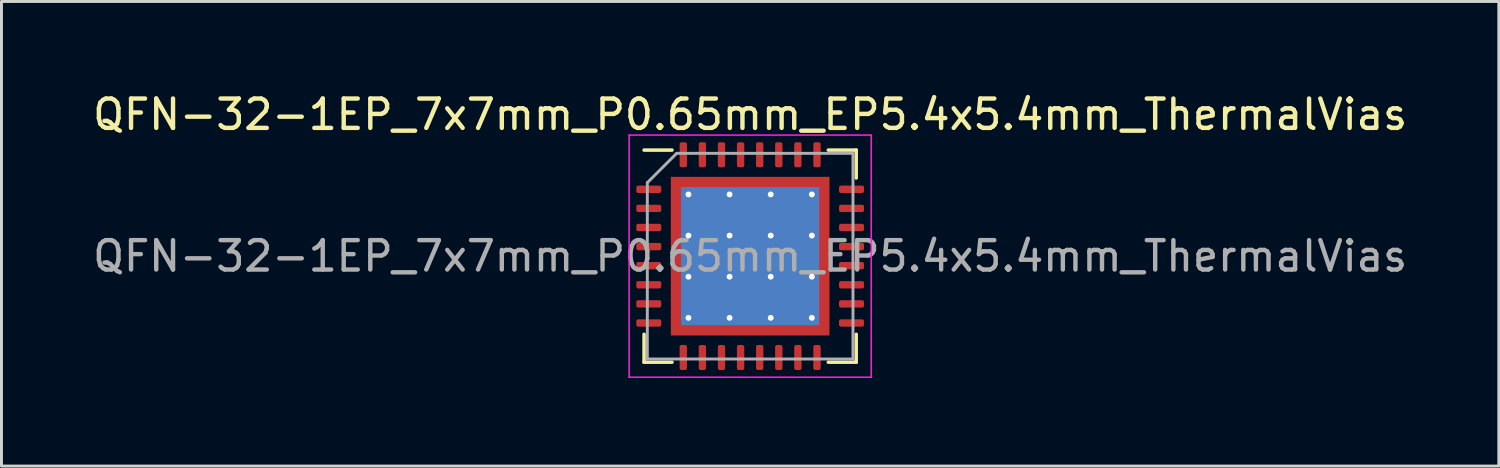
<source format=kicad_pcb>
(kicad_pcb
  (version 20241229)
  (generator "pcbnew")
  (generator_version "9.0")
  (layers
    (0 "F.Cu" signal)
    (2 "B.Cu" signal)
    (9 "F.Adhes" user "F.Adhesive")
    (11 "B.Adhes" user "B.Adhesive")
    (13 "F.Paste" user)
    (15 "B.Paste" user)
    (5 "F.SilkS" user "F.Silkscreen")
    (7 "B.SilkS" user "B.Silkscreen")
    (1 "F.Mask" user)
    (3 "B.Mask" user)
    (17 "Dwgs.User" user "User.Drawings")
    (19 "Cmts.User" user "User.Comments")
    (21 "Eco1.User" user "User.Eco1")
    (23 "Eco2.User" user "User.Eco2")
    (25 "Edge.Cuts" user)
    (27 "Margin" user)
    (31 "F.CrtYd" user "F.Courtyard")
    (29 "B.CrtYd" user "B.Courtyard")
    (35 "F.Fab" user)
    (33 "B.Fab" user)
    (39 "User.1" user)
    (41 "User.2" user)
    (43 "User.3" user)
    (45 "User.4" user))
  (footprint "QFN-32-1EP_7x7mm_P0.65mm_EP5.4x5.4mm_ThermalVias"
    (layer "F.Cu")
    (at 22.482 5.668)
    (property "Reference" "QFN-32-1EP_7x7mm_P0.65mm_EP5.4x5.4mm_ThermalVias" (at 0 -4.82 0) (layer "F.SilkS") (effects (font (size 1 1) (thickness 0.15))))
    (attr smd)
    (fp_line (start -3.61 3.61) (end -3.61 2.66) (stroke (width 0.12) (type solid)) (layer "F.SilkS"))
    (fp_line (start -2.66 -3.61) (end -3.61 -3.61) (stroke (width 0.12) (type solid)) (layer "F.SilkS"))
    (fp_line (start -2.66 3.61) (end -3.61 3.61) (stroke (width 0.12) (type solid)) (layer "F.SilkS"))
    (fp_line (start 2.66 -3.61) (end 3.61 -3.61) (stroke (width 0.12) (type solid)) (layer "F.SilkS"))
    (fp_line (start 2.66 3.61) (end 3.61 3.61) (stroke (width 0.12) (type solid)) (layer "F.SilkS"))
    (fp_line (start 3.61 -3.61) (end 3.61 -2.66) (stroke (width 0.12) (type solid)) (layer "F.SilkS"))
    (fp_line (start 3.61 3.61) (end 3.61 2.66) (stroke (width 0.12) (type solid)) (layer "F.SilkS"))
    (fp_line (start -4.12 -4.12) (end -4.12 4.12) (stroke (width 0.05) (type solid)) (layer "F.CrtYd"))
    (fp_line (start -4.12 4.12) (end 4.12 4.12) (stroke (width 0.05) (type solid)) (layer "F.CrtYd"))
    (fp_line (start 4.12 -4.12) (end -4.12 -4.12) (stroke (width 0.05) (type solid)) (layer "F.CrtYd"))
    (fp_line (start 4.12 4.12) (end 4.12 -4.12) (stroke (width 0.05) (type solid)) (layer "F.CrtYd"))
    (fp_line (start -3.5 -2.5) (end -2.5 -3.5) (stroke (width 0.1) (type solid)) (layer "F.Fab"))
    (fp_line (start -3.5 3.5) (end -3.5 -2.5) (stroke (width 0.1) (type solid)) (layer "F.Fab"))
    (fp_line (start -2.5 -3.5) (end 3.5 -3.5) (stroke (width 0.1) (type solid)) (layer "F.Fab"))
    (fp_line (start 3.5 -3.5) (end 3.5 3.5) (stroke (width 0.1) (type solid)) (layer "F.Fab"))
    (fp_line (start 3.5 3.5) (end -3.5 3.5) (stroke (width 0.1) (type solid)) (layer "F.Fab"))
    (fp_text user "${REFERENCE}" (at 0 0 0) (layer "F.Fab") (effects (font (size 1 1) (thickness 0.15))))
    (pad "" smd custom (at -2.4 -2.4) (size 0.366 0.366) (layers "F.Paste") (options (anchor circle)) (primitives (gr_poly (pts (xy -0.124 -0.124) (xy 0.124 -0.124) (xy 0.124 0.026) (xy 0.026 0.124) (xy -0.124 0.124)) (width 0.236) (fill yes))))
    (pad "" smd custom (at -2.4 -1.4) (size 0.421 0.421) (layers "F.Paste") (options (anchor circle)) (primitives (gr_poly (pts (xy -0.179 -0.501) (xy 0.127 -0.501) (xy 0.179 -0.449) (xy 0.179 0.449) (xy 0.127 0.501) (xy -0.179 0.501)) (width 0.126) (fill yes))))
    (pad "" smd custom (at -2.4 0) (size 0.421 0.421) (layers "F.Paste") (options (anchor circle)) (primitives (gr_poly (pts (xy -0.179 -0.501) (xy 0.127 -0.501) (xy 0.179 -0.449) (xy 0.179 0.449) (xy 0.127 0.501) (xy -0.179 0.501)) (width 0.126) (fill yes))))
    (pad "" smd custom (at -2.4 1.4) (size 0.421 0.421) (layers "F.Paste") (options (anchor circle)) (primitives (gr_poly (pts (xy -0.179 -0.501) (xy 0.127 -0.501) (xy 0.179 -0.449) (xy 0.179 0.449) (xy 0.127 0.501) (xy -0.179 0.501)) (width 0.126) (fill yes))))
    (pad "" smd custom (at -2.4 2.4) (size 0.366 0.366) (layers "F.Paste") (options (anchor circle)) (primitives (gr_poly (pts (xy -0.124 -0.124) (xy 0.026 -0.124) (xy 0.124 -0.026) (xy 0.124 0.124) (xy -0.124 0.124)) (width 0.236) (fill yes))))
    (pad "" smd custom (at -1.4 -2.4) (size 0.421 0.421) (layers "F.Paste") (options (anchor circle)) (primitives (gr_poly (pts (xy -0.501 -0.179) (xy 0.501 -0.179) (xy 0.501 0.127) (xy 0.449 0.179) (xy -0.449 0.179) (xy -0.501 0.127)) (width 0.126) (fill yes))))
    (pad "" smd roundrect (at -1.4 -1.4) (size 1.129 1.129) (layers "F.Paste") (roundrect_rratio 0.221))
    (pad "" smd roundrect (at -1.4 0) (size 1.129 1.129) (layers "F.Paste") (roundrect_rratio 0.221))
    (pad "" smd roundrect (at -1.4 1.4) (size 1.129 1.129) (layers "F.Paste") (roundrect_rratio 0.221))
    (pad "" smd custom (at -1.4 2.4) (size 0.421 0.421) (layers "F.Paste") (options (anchor circle)) (primitives (gr_poly (pts (xy -0.501 -0.127) (xy -0.449 -0.179) (xy 0.449 -0.179) (xy 0.501 -0.127) (xy 0.501 0.179) (xy -0.501 0.179)) (width 0.126) (fill yes))))
    (pad "" smd custom (at 0 -2.4) (size 0.421 0.421) (layers "F.Paste") (options (anchor circle)) (primitives (gr_poly (pts (xy -0.501 -0.179) (xy 0.501 -0.179) (xy 0.501 0.127) (xy 0.449 0.179) (xy -0.449 0.179) (xy -0.501 0.127)) (width 0.126) (fill yes))))
    (pad "" smd roundrect (at 0 -1.4) (size 1.129 1.129) (layers "F.Paste") (roundrect_rratio 0.221))
    (pad "" smd roundrect (at 0 0) (size 1.129 1.129) (layers "F.Paste") (roundrect_rratio 0.221))
    (pad "" smd roundrect (at 0 1.4) (size 1.129 1.129) (layers "F.Paste") (roundrect_rratio 0.221))
    (pad "" smd custom (at 0 2.4) (size 0.421 0.421) (layers "F.Paste") (options (anchor circle)) (primitives (gr_poly (pts (xy -0.501 -0.127) (xy -0.449 -0.179) (xy 0.449 -0.179) (xy 0.501 -0.127) (xy 0.501 0.179) (xy -0.501 0.179)) (width 0.126) (fill yes))))
    (pad "" smd custom (at 1.4 -2.4) (size 0.421 0.421) (layers "F.Paste") (options (anchor circle)) (primitives (gr_poly (pts (xy -0.501 -0.179) (xy 0.501 -0.179) (xy 0.501 0.127) (xy 0.449 0.179) (xy -0.449 0.179) (xy -0.501 0.127)) (width 0.126) (fill yes))))
    (pad "" smd roundrect (at 1.4 -1.4) (size 1.129 1.129) (layers "F.Paste") (roundrect_rratio 0.221))
    (pad "" smd roundrect (at 1.4 0) (size 1.129 1.129) (layers "F.Paste") (roundrect_rratio 0.221))
    (pad "" smd roundrect (at 1.4 1.4) (size 1.129 1.129) (layers "F.Paste") (roundrect_rratio 0.221))
    (pad "" smd custom (at 1.4 2.4) (size 0.421 0.421) (layers "F.Paste") (options (anchor circle)) (primitives (gr_poly (pts (xy -0.501 -0.127) (xy -0.449 -0.179) (xy 0.449 -0.179) (xy 0.501 -0.127) (xy 0.501 0.179) (xy -0.501 0.179)) (width 0.126) (fill yes))))
    (pad "" smd custom (at 2.4 -2.4) (size 0.366 0.366) (layers "F.Paste") (options (anchor circle)) (primitives (gr_poly (pts (xy -0.124 -0.124) (xy 0.124 -0.124) (xy 0.124 0.124) (xy -0.026 0.124) (xy -0.124 0.026)) (width 0.236) (fill yes))))
    (pad "" smd custom (at 2.4 -1.4) (size 0.421 0.421) (layers "F.Paste") (options (anchor circle)) (primitives (gr_poly (pts (xy -0.179 -0.449) (xy -0.127 -0.501) (xy 0.179 -0.501) (xy 0.179 0.501) (xy -0.127 0.501) (xy -0.179 0.449)) (width 0.126) (fill yes))))
    (pad "" smd custom (at 2.4 0) (size 0.421 0.421) (layers "F.Paste") (options (anchor circle)) (primitives (gr_poly (pts (xy -0.179 -0.449) (xy -0.127 -0.501) (xy 0.179 -0.501) (xy 0.179 0.501) (xy -0.127 0.501) (xy -0.179 0.449)) (width 0.126) (fill yes))))
    (pad "" smd custom (at 2.4 1.4) (size 0.421 0.421) (layers "F.Paste") (options (anchor circle)) (primitives (gr_poly (pts (xy -0.179 -0.449) (xy -0.127 -0.501) (xy 0.179 -0.501) (xy 0.179 0.501) (xy -0.127 0.501) (xy -0.179 0.449)) (width 0.126) (fill yes))))
    (pad "" smd custom (at 2.4 2.4) (size 0.366 0.366) (layers "F.Paste") (options (anchor circle)) (primitives (gr_poly (pts (xy -0.124 -0.026) (xy -0.026 -0.124) (xy 0.124 -0.124) (xy 0.124 0.124) (xy -0.124 0.124)) (width 0.236) (fill yes))))
    (pad "1" smd roundrect (at -3.45 -2.275) (size 0.85 0.25) (layers "F.Cu" "F.Mask" "F.Paste") (roundrect_rratio 0.25))
    (pad "2" smd roundrect (at -3.45 -1.625) (size 0.85 0.25) (layers "F.Cu" "F.Mask" "F.Paste") (roundrect_rratio 0.25))
    (pad "3" smd roundrect (at -3.45 -0.975) (size 0.85 0.25) (layers "F.Cu" "F.Mask" "F.Paste") (roundrect_rratio 0.25))
    (pad "4" smd roundrect (at -3.45 -0.325) (size 0.85 0.25) (layers "F.Cu" "F.Mask" "F.Paste") (roundrect_rratio 0.25))
    (pad "5" smd roundrect (at -3.45 0.325) (size 0.85 0.25) (layers "F.Cu" "F.Mask" "F.Paste") (roundrect_rratio 0.25))
    (pad "6" smd roundrect (at -3.45 0.975) (size 0.85 0.25) (layers "F.Cu" "F.Mask" "F.Paste") (roundrect_rratio 0.25))
    (pad "7" smd roundrect (at -3.45 1.625) (size 0.85 0.25) (layers "F.Cu" "F.Mask" "F.Paste") (roundrect_rratio 0.25))
    (pad "8" smd roundrect (at -3.45 2.275) (size 0.85 0.25) (layers "F.Cu" "F.Mask" "F.Paste") (roundrect_rratio 0.25))
    (pad "9" smd roundrect (at -2.275 3.45) (size 0.25 0.85) (layers "F.Cu" "F.Mask" "F.Paste") (roundrect_rratio 0.25))
    (pad "10" smd roundrect (at -1.625 3.45) (size 0.25 0.85) (layers "F.Cu" "F.Mask" "F.Paste") (roundrect_rratio 0.25))
    (pad "11" smd roundrect (at -0.975 3.45) (size 0.25 0.85) (layers "F.Cu" "F.Mask" "F.Paste") (roundrect_rratio 0.25))
    (pad "12" smd roundrect (at -0.325 3.45) (size 0.25 0.85) (layers "F.Cu" "F.Mask" "F.Paste") (roundrect_rratio 0.25))
    (pad "13" smd roundrect (at 0.325 3.45) (size 0.25 0.85) (layers "F.Cu" "F.Mask" "F.Paste") (roundrect_rratio 0.25))
    (pad "14" smd roundrect (at 0.975 3.45) (size 0.25 0.85) (layers "F.Cu" "F.Mask" "F.Paste") (roundrect_rratio 0.25))
    (pad "15" smd roundrect (at 1.625 3.45) (size 0.25 0.85) (layers "F.Cu" "F.Mask" "F.Paste") (roundrect_rratio 0.25))
    (pad "16" smd roundrect (at 2.275 3.45) (size 0.25 0.85) (layers "F.Cu" "F.Mask" "F.Paste") (roundrect_rratio 0.25))
    (pad "17" smd roundrect (at 3.45 2.275) (size 0.85 0.25) (layers "F.Cu" "F.Mask" "F.Paste") (roundrect_rratio 0.25))
    (pad "18" smd roundrect (at 3.45 1.625) (size 0.85 0.25) (layers "F.Cu" "F.Mask" "F.Paste") (roundrect_rratio 0.25))
    (pad "19" smd roundrect (at 3.45 0.975) (size 0.85 0.25) (layers "F.Cu" "F.Mask" "F.Paste") (roundrect_rratio 0.25))
    (pad "20" smd roundrect (at 3.45 0.325) (size 0.85 0.25) (layers "F.Cu" "F.Mask" "F.Paste") (roundrect_rratio 0.25))
    (pad "21" smd roundrect (at 3.45 -0.325) (size 0.85 0.25) (layers "F.Cu" "F.Mask" "F.Paste") (roundrect_rratio 0.25))
    (pad "22" smd roundrect (at 3.45 -0.975) (size 0.85 0.25) (layers "F.Cu" "F.Mask" "F.Paste") (roundrect_rratio 0.25))
    (pad "23" smd roundrect (at 3.45 -1.625) (size 0.85 0.25) (layers "F.Cu" "F.Mask" "F.Paste") (roundrect_rratio 0.25))
    (pad "24" smd roundrect (at 3.45 -2.275) (size 0.85 0.25) (layers "F.Cu" "F.Mask" "F.Paste") (roundrect_rratio 0.25))
    (pad "25" smd roundrect (at 2.275 -3.45) (size 0.25 0.85) (layers "F.Cu" "F.Mask" "F.Paste") (roundrect_rratio 0.25))
    (pad "26" smd roundrect (at 1.625 -3.45) (size 0.25 0.85) (layers "F.Cu" "F.Mask" "F.Paste") (roundrect_rratio 0.25))
    (pad "27" smd roundrect (at 0.975 -3.45) (size 0.25 0.85) (layers "F.Cu" "F.Mask" "F.Paste") (roundrect_rratio 0.25))
    (pad "28" smd roundrect (at 0.325 -3.45) (size 0.25 0.85) (layers "F.Cu" "F.Mask" "F.Paste") (roundrect_rratio 0.25))
    (pad "29" smd roundrect (at -0.325 -3.45) (size 0.25 0.85) (layers "F.Cu" "F.Mask" "F.Paste") (roundrect_rratio 0.25))
    (pad "30" smd roundrect (at -0.975 -3.45) (size 0.25 0.85) (layers "F.Cu" "F.Mask" "F.Paste") (roundrect_rratio 0.25))
    (pad "31" smd roundrect (at -1.625 -3.45) (size 0.25 0.85) (layers "F.Cu" "F.Mask" "F.Paste") (roundrect_rratio 0.25))
    (pad "32" smd roundrect (at -2.275 -3.45) (size 0.25 0.85) (layers "F.Cu" "F.Mask" "F.Paste") (roundrect_rratio 0.25))
    (pad "33" thru_hole circle (at -2.1 -2.1) (size 0.5 0.5) (drill 0.2) (layers "*.Cu"))
    (pad "33" thru_hole circle (at -2.1 -0.7) (size 0.5 0.5) (drill 0.2) (layers "*.Cu"))
    (pad "33" thru_hole circle (at -2.1 0.7) (size 0.5 0.5) (drill 0.2) (layers "*.Cu"))
    (pad "33" thru_hole circle (at -2.1 2.1) (size 0.5 0.5) (drill 0.2) (layers "*.Cu"))
    (pad "33" thru_hole circle (at -0.7 -2.1) (size 0.5 0.5) (drill 0.2) (layers "*.Cu"))
    (pad "33" thru_hole circle (at -0.7 -0.7) (size 0.5 0.5) (drill 0.2) (layers "*.Cu"))
    (pad "33" thru_hole circle (at -0.7 0.7) (size 0.5 0.5) (drill 0.2) (layers "*.Cu"))
    (pad "33" thru_hole circle (at -0.7 2.1) (size 0.5 0.5) (drill 0.2) (layers "*.Cu"))
    (pad "33" smd rect (at 0 0) (size 4.7 4.7) (layers "B.Cu"))
    (pad "33" smd rect (at 0 0) (size 5.4 5.4) (layers "F.Cu" "F.Mask"))
    (pad "33" thru_hole circle (at 0.7 -2.1) (size 0.5 0.5) (drill 0.2) (layers "*.Cu"))
    (pad "33" thru_hole circle (at 0.7 -0.7) (size 0.5 0.5) (drill 0.2) (layers "*.Cu"))
    (pad "33" thru_hole circle (at 0.7 0.7) (size 0.5 0.5) (drill 0.2) (layers "*.Cu"))
    (pad "33" thru_hole circle (at 0.7 2.1) (size 0.5 0.5) (drill 0.2) (layers "*.Cu"))
    (pad "33" thru_hole circle (at 2.1 -2.1) (size 0.5 0.5) (drill 0.2) (layers "*.Cu"))
    (pad "33" thru_hole circle (at 2.1 -0.7) (size 0.5 0.5) (drill 0.2) (layers "*.Cu"))
    (pad "33" thru_hole circle (at 2.1 0.7) (size 0.5 0.5) (drill 0.2) (layers "*.Cu"))
    (pad "33" thru_hole circle (at 2.1 2.1) (size 0.5 0.5) (drill 0.2) (layers "*.Cu")))
  (gr_rect
    (start -3 -3)
    (end 47.964 12.813)
    (stroke (width 0.1) (type default))
    (fill no)
    (layer "Edge.Cuts")))
</source>
